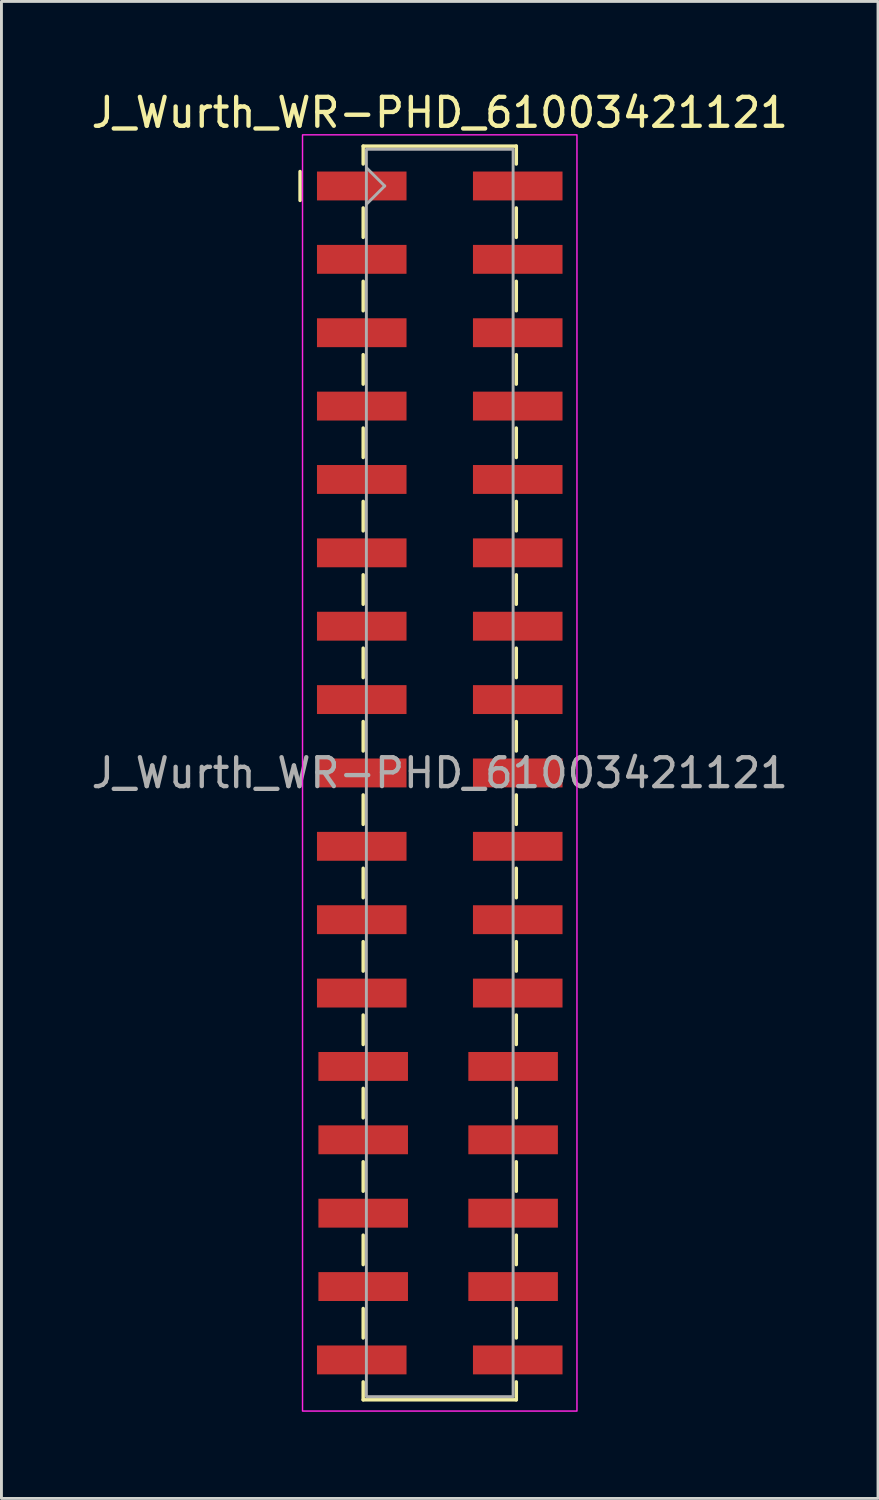
<source format=kicad_pcb>
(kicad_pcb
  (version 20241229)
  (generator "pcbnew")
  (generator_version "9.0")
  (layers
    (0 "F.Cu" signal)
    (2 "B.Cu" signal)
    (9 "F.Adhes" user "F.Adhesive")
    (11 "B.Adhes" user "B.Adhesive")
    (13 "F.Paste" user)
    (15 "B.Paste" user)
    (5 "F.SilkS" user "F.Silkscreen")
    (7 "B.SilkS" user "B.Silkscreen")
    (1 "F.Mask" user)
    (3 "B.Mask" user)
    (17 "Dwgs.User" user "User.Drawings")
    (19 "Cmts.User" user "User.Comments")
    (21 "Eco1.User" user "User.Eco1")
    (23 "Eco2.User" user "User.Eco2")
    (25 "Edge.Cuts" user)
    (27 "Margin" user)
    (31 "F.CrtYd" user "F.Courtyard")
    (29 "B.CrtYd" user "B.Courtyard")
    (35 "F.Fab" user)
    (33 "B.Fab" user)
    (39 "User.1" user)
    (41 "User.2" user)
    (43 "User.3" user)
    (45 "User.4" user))
  (footprint "J_Wurth_WR-PHD_61003421121"
    (layer "F.Cu")
    (at 12.173 23.708)
    (property "Reference" "J_Wurth_WR-PHD_61003421121" (at 0 -22.86 0) (unlocked yes) (layer "F.SilkS") (effects (font (size 1 1) (thickness 0.15))))
    (attr smd)
    (fp_line (start -4.835 -20.82) (end -4.835 -19.82) (stroke (width 0.12) (type solid)) (layer "F.SilkS"))
    (fp_line (start -2.65 -21.08) (end -2.65 -21.7) (stroke (width 0.12) (type solid)) (layer "F.SilkS"))
    (fp_line (start -2.65 -19.56) (end -2.65 -18.54) (stroke (width 0.12) (type solid)) (layer "F.SilkS"))
    (fp_line (start -2.65 -17.02) (end -2.65 -16) (stroke (width 0.12) (type solid)) (layer "F.SilkS"))
    (fp_line (start -2.65 -14.48) (end -2.65 -13.46) (stroke (width 0.12) (type solid)) (layer "F.SilkS"))
    (fp_line (start -2.65 -11.94) (end -2.65 -10.92) (stroke (width 0.12) (type solid)) (layer "F.SilkS"))
    (fp_line (start -2.65 -9.4) (end -2.65 -8.38) (stroke (width 0.12) (type solid)) (layer "F.SilkS"))
    (fp_line (start -2.65 -6.86) (end -2.65 -5.84) (stroke (width 0.12) (type solid)) (layer "F.SilkS"))
    (fp_line (start -2.65 -4.32) (end -2.65 -3.3) (stroke (width 0.12) (type solid)) (layer "F.SilkS"))
    (fp_line (start -2.65 -1.78) (end -2.65 -0.76) (stroke (width 0.12) (type solid)) (layer "F.SilkS"))
    (fp_line (start -2.65 0.76) (end -2.65 1.78) (stroke (width 0.12) (type solid)) (layer "F.SilkS"))
    (fp_line (start -2.65 3.3) (end -2.65 4.32) (stroke (width 0.12) (type solid)) (layer "F.SilkS"))
    (fp_line (start -2.65 5.84) (end -2.65 6.86) (stroke (width 0.12) (type solid)) (layer "F.SilkS"))
    (fp_line (start -2.65 8.38) (end -2.65 9.4) (stroke (width 0.12) (type solid)) (layer "F.SilkS"))
    (fp_line (start -2.65 10.92) (end -2.65 11.94) (stroke (width 0.12) (type solid)) (layer "F.SilkS"))
    (fp_line (start -2.65 13.46) (end -2.65 14.48) (stroke (width 0.12) (type solid)) (layer "F.SilkS"))
    (fp_line (start -2.65 16) (end -2.65 17.02) (stroke (width 0.12) (type solid)) (layer "F.SilkS"))
    (fp_line (start -2.65 18.54) (end -2.65 19.56) (stroke (width 0.12) (type solid)) (layer "F.SilkS"))
    (fp_line (start -2.65 21.08) (end -2.65 21.7) (stroke (width 0.12) (type solid)) (layer "F.SilkS"))
    (fp_line (start 2.65 -21.7) (end -2.65 -21.7) (stroke (width 0.12) (type solid)) (layer "F.SilkS"))
    (fp_line (start 2.65 -21.7) (end 2.65 -21.08) (stroke (width 0.12) (type solid)) (layer "F.SilkS"))
    (fp_line (start 2.65 -19.56) (end 2.65 -18.54) (stroke (width 0.12) (type solid)) (layer "F.SilkS"))
    (fp_line (start 2.65 -17.02) (end 2.65 -16) (stroke (width 0.12) (type solid)) (layer "F.SilkS"))
    (fp_line (start 2.65 -14.48) (end 2.65 -13.46) (stroke (width 0.12) (type solid)) (layer "F.SilkS"))
    (fp_line (start 2.65 -11.94) (end 2.65 -10.92) (stroke (width 0.12) (type solid)) (layer "F.SilkS"))
    (fp_line (start 2.65 -9.4) (end 2.65 -8.38) (stroke (width 0.12) (type solid)) (layer "F.SilkS"))
    (fp_line (start 2.65 -6.86) (end 2.65 -5.84) (stroke (width 0.12) (type solid)) (layer "F.SilkS"))
    (fp_line (start 2.65 -4.32) (end 2.65 -3.3) (stroke (width 0.12) (type solid)) (layer "F.SilkS"))
    (fp_line (start 2.65 -1.78) (end 2.65 -0.76) (stroke (width 0.12) (type solid)) (layer "F.SilkS"))
    (fp_line (start 2.65 0.76) (end 2.65 1.78) (stroke (width 0.12) (type solid)) (layer "F.SilkS"))
    (fp_line (start 2.65 3.3) (end 2.65 4.32) (stroke (width 0.12) (type solid)) (layer "F.SilkS"))
    (fp_line (start 2.65 5.84) (end 2.65 6.86) (stroke (width 0.12) (type solid)) (layer "F.SilkS"))
    (fp_line (start 2.65 8.38) (end 2.65 9.4) (stroke (width 0.12) (type solid)) (layer "F.SilkS"))
    (fp_line (start 2.65 10.92) (end 2.65 11.94) (stroke (width 0.12) (type solid)) (layer "F.SilkS"))
    (fp_line (start 2.65 13.46) (end 2.65 14.48) (stroke (width 0.12) (type solid)) (layer "F.SilkS"))
    (fp_line (start 2.65 16) (end 2.65 17.02) (stroke (width 0.12) (type solid)) (layer "F.SilkS"))
    (fp_line (start 2.65 18.54) (end 2.65 19.56) (stroke (width 0.12) (type solid)) (layer "F.SilkS"))
    (fp_line (start 2.65 21.08) (end 2.65 21.7) (stroke (width 0.12) (type solid)) (layer "F.SilkS"))
    (fp_line (start 2.65 21.7) (end -2.65 21.7) (stroke (width 0.12) (type solid)) (layer "F.SilkS"))
    (fp_rect (start -4.75 -22.09) (end 4.75 22.09) (stroke (width 0.05) (type solid)) (fill no) (layer "F.CrtYd"))
    (fp_line (start -2.54 -20.955) (end -1.905 -20.32) (stroke (width 0.1) (type default)) (layer "F.Fab"))
    (fp_line (start -1.905 -20.32) (end -2.54 -19.685) (stroke (width 0.1) (type default)) (layer "F.Fab"))
    (fp_rect (start -2.54 -21.59) (end 2.54 21.59) (stroke (width 0.1) (type solid)) (fill no) (layer "F.Fab"))
    (fp_text user "${REFERENCE}" (at 0 0 0) (unlocked yes) (layer "F.Fab") (effects (font (size 1 1) (thickness 0.15))))
    (pad "1" smd rect (at -2.7 -20.32 270) (size 1 3.1) (layers "F.Cu" "F.Mask" "F.Paste"))
    (pad "2" smd rect (at 2.7 -20.32 270) (size 1 3.1) (layers "F.Cu" "F.Mask" "F.Paste"))
    (pad "3" smd rect (at -2.7 -17.78 270) (size 1 3.1) (layers "F.Cu" "F.Mask" "F.Paste"))
    (pad "4" smd rect (at 2.7 -17.78 270) (size 1 3.1) (layers "F.Cu" "F.Mask" "F.Paste"))
    (pad "5" smd rect (at -2.7 -15.24 270) (size 1 3.1) (layers "F.Cu" "F.Mask" "F.Paste"))
    (pad "6" smd rect (at 2.7 -15.24 270) (size 1 3.1) (layers "F.Cu" "F.Mask" "F.Paste"))
    (pad "7" smd rect (at -2.7 -12.7 270) (size 1 3.1) (layers "F.Cu" "F.Mask" "F.Paste"))
    (pad "8" smd rect (at 2.7 -12.7 270) (size 1 3.1) (layers "F.Cu" "F.Mask" "F.Paste"))
    (pad "9" smd rect (at -2.7 -10.16 270) (size 1 3.1) (layers "F.Cu" "F.Mask" "F.Paste"))
    (pad "10" smd rect (at 2.7 -10.16 270) (size 1 3.1) (layers "F.Cu" "F.Mask" "F.Paste"))
    (pad "11" smd rect (at -2.7 -7.62 270) (size 1 3.1) (layers "F.Cu" "F.Mask" "F.Paste"))
    (pad "12" smd rect (at 2.7 -7.62 270) (size 1 3.1) (layers "F.Cu" "F.Mask" "F.Paste"))
    (pad "13" smd rect (at -2.7 -5.08 270) (size 1 3.1) (layers "F.Cu" "F.Mask" "F.Paste"))
    (pad "14" smd rect (at 2.7 -5.08 270) (size 1 3.1) (layers "F.Cu" "F.Mask" "F.Paste"))
    (pad "15" smd rect (at -2.7 -2.54 270) (size 1 3.1) (layers "F.Cu" "F.Mask" "F.Paste"))
    (pad "16" smd rect (at 2.7 -2.54 270) (size 1 3.1) (layers "F.Cu" "F.Mask" "F.Paste"))
    (pad "17" smd rect (at -2.7 0 270) (size 1 3.1) (layers "F.Cu" "F.Mask" "F.Paste"))
    (pad "18" smd rect (at 2.7 0 270) (size 1 3.1) (layers "F.Cu" "F.Mask" "F.Paste"))
    (pad "19" smd rect (at -2.7 2.54 270) (size 1 3.1) (layers "F.Cu" "F.Mask" "F.Paste"))
    (pad "20" smd rect (at 2.7 2.54 270) (size 1 3.1) (layers "F.Cu" "F.Mask" "F.Paste"))
    (pad "21" smd rect (at -2.7 5.08 270) (size 1 3.1) (layers "F.Cu" "F.Mask" "F.Paste"))
    (pad "22" smd rect (at 2.7 5.08 270) (size 1 3.1) (layers "F.Cu" "F.Mask" "F.Paste"))
    (pad "23" smd rect (at -2.7 7.62 270) (size 1 3.1) (layers "F.Cu" "F.Mask" "F.Paste"))
    (pad "24" smd rect (at 2.7 7.62 270) (size 1 3.1) (layers "F.Cu" "F.Mask" "F.Paste"))
    (pad "25" smd rect (at -2.65 10.16 270) (size 1 3.1) (layers "F.Cu" "F.Mask" "F.Paste"))
    (pad "26" smd rect (at 2.54 10.16 270) (size 1 3.1) (layers "F.Cu" "F.Mask" "F.Paste"))
    (pad "27" smd rect (at -2.65 12.7 270) (size 1 3.1) (layers "F.Cu" "F.Mask" "F.Paste"))
    (pad "28" smd rect (at 2.54 12.7 270) (size 1 3.1) (layers "F.Cu" "F.Mask" "F.Paste"))
    (pad "29" smd rect (at -2.65 15.24 270) (size 1 3.1) (layers "F.Cu" "F.Mask" "F.Paste"))
    (pad "30" smd rect (at 2.54 15.24 270) (size 1 3.1) (layers "F.Cu" "F.Mask" "F.Paste"))
    (pad "31" smd rect (at -2.65 17.78 270) (size 1 3.1) (layers "F.Cu" "F.Mask" "F.Paste"))
    (pad "32" smd rect (at 2.54 17.78 270) (size 1 3.1) (layers "F.Cu" "F.Mask" "F.Paste"))
    (pad "33" smd rect (at -2.7 20.32 270) (size 1 3.1) (layers "F.Cu" "F.Mask" "F.Paste"))
    (pad "34" smd rect (at 2.7 20.32 270) (size 1 3.1) (layers "F.Cu" "F.Mask" "F.Paste")))
  (gr_rect
    (start -3 -3)
    (end 27.345 48.823)
    (stroke (width 0.1) (type default))
    (fill no)
    (layer "Edge.Cuts")))
</source>
